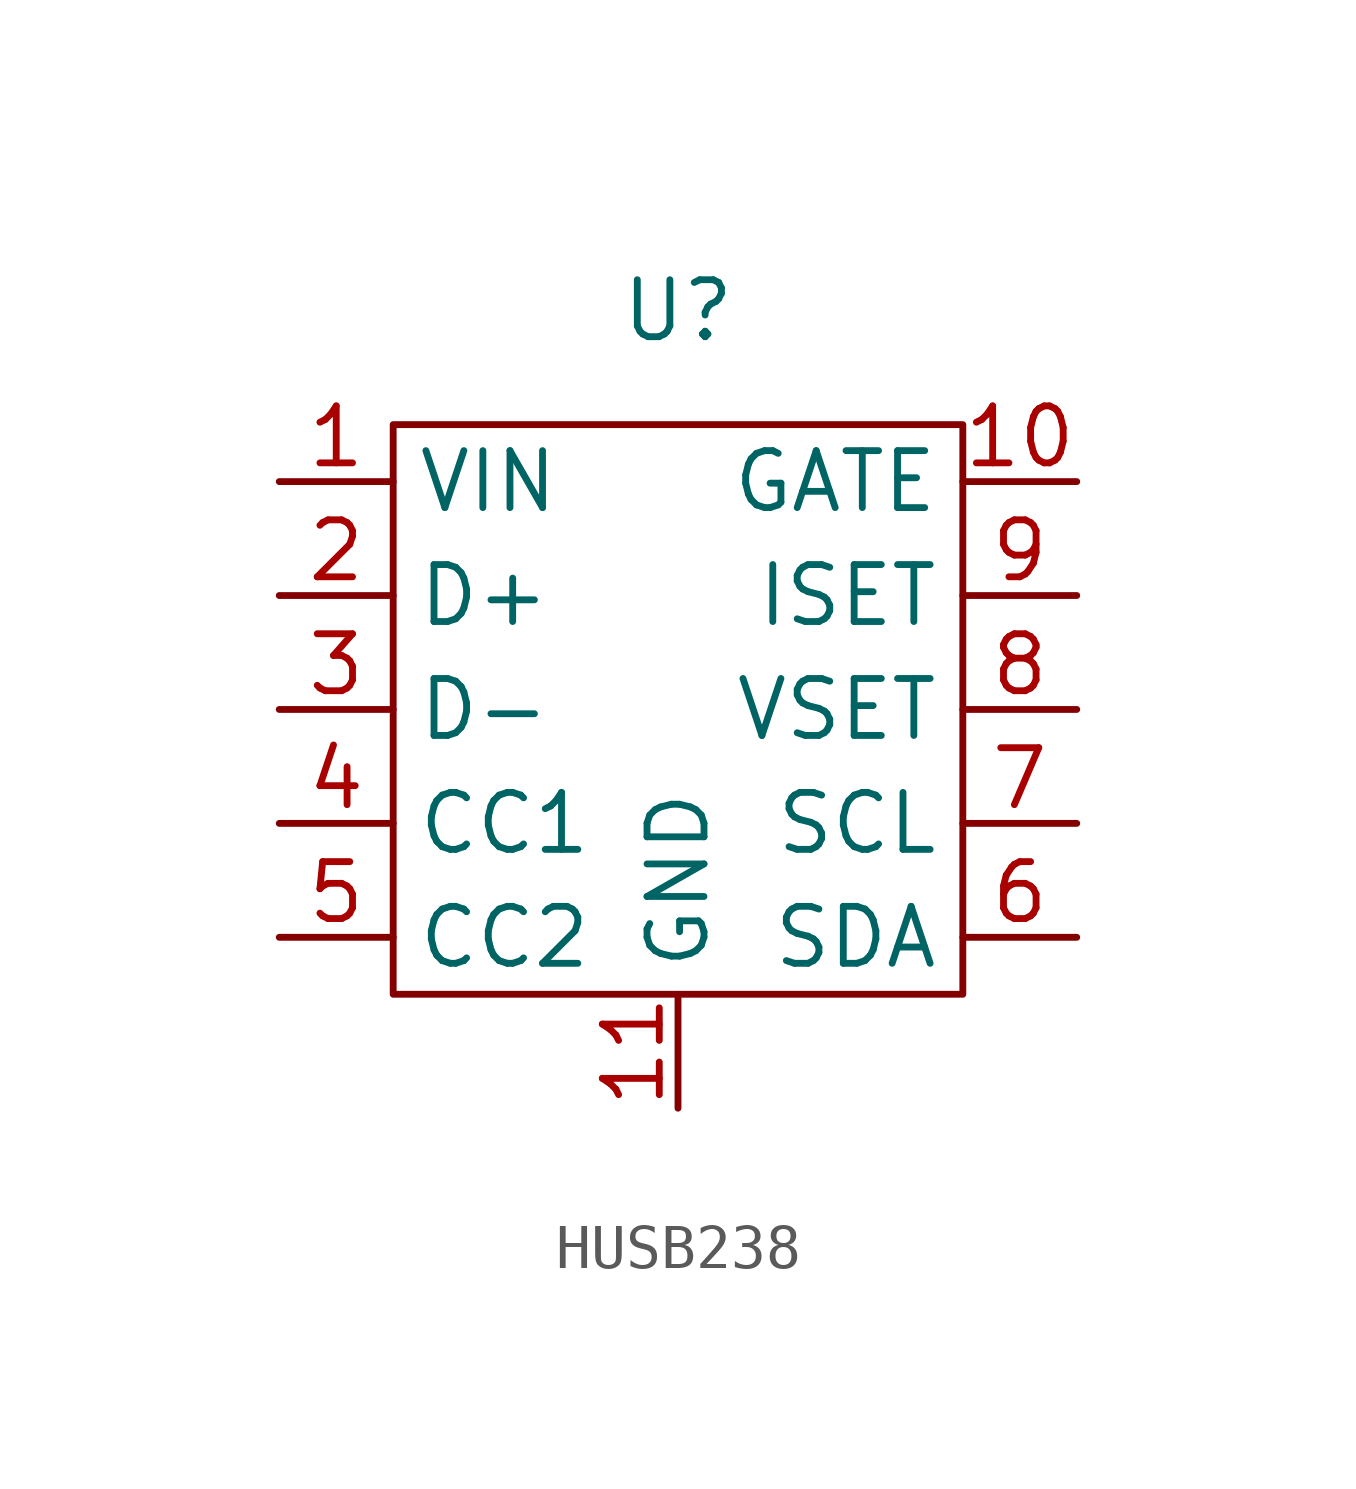
<source format=kicad_sym>
(kicad_symbol_lib
  (version 20220914)
  (generator kicad_symbol_editor)
  (symbol "HUSB238"
    (property "Reference" "U"
      (at 0 8.89 0)
      (effects (font (size 1.27 1.27))))
    (property "Value" ""
      (at 0 8.89 0)
      (effects (font (size 1.27 1.27))))
    (symbol "HUSB238_0_1"
      (rectangle (start -6.35 6.35) (end 6.35 -6.35) (stroke (width 0) (type default)) (fill (type none))))
    (symbol "HUSB238_1_1"
      (pin unspecified line (at -8.89 5.08 0) (length 2.54) (name "VIN" (effects (font (size 1.27 1.27)))) (number "1" (effects (font (size 1.27 1.27)))))
      (pin unspecified line (at 8.89 5.08 180) (length 2.54) (name "GATE" (effects (font (size 1.27 1.27)))) (number "10" (effects (font (size 1.27 1.27)))))
      (pin unspecified line (at 0 -8.89 90) (length 2.54) (name "GND" (effects (font (size 1.27 1.27)))) (number "11" (effects (font (size 1.27 1.27)))))
      (pin unspecified line (at -8.89 2.54 0) (length 2.54) (name "D+" (effects (font (size 1.27 1.27)))) (number "2" (effects (font (size 1.27 1.27)))))
      (pin unspecified line (at -8.89 0 0) (length 2.54) (name "D-" (effects (font (size 1.27 1.27)))) (number "3" (effects (font (size 1.27 1.27)))))
      (pin unspecified line (at -8.89 -2.54 0) (length 2.54) (name "CC1" (effects (font (size 1.27 1.27)))) (number "4" (effects (font (size 1.27 1.27)))))
      (pin unspecified line (at -8.89 -5.08 0) (length 2.54) (name "CC2" (effects (font (size 1.27 1.27)))) (number "5" (effects (font (size 1.27 1.27)))))
      (pin unspecified line (at 8.89 -5.08 180) (length 2.54) (name "SDA" (effects (font (size 1.27 1.27)))) (number "6" (effects (font (size 1.27 1.27)))))
      (pin unspecified line (at 8.89 -2.54 180) (length 2.54) (name "SCL" (effects (font (size 1.27 1.27)))) (number "7" (effects (font (size 1.27 1.27)))))
      (pin unspecified line (at 8.89 0 180) (length 2.54) (name "VSET" (effects (font (size 1.27 1.27)))) (number "8" (effects (font (size 1.27 1.27)))))
      (pin unspecified line (at 8.89 2.54 180) (length 2.54) (name "ISET" (effects (font (size 1.27 1.27)))) (number "9" (effects (font (size 1.27 1.27))))))))
</source>
